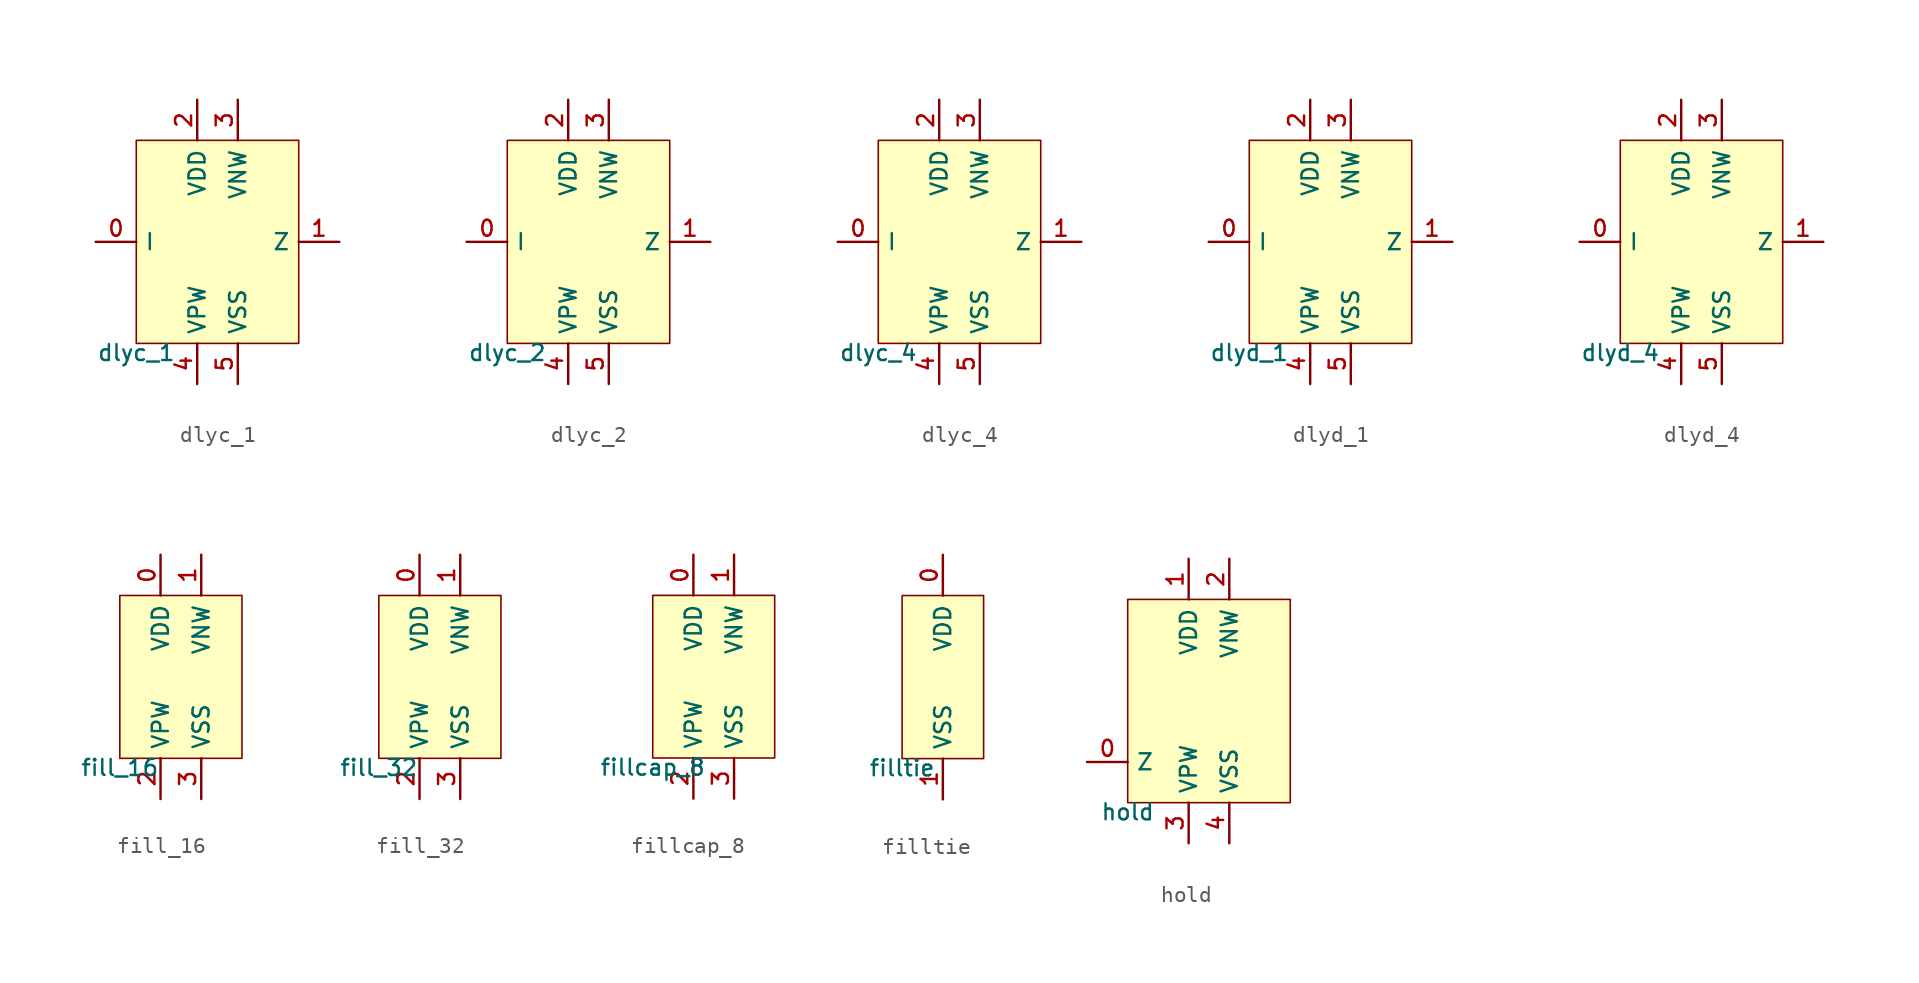
<source format=kicad_sym>
(kicad_symbol_lib
  (version 20211014)
  (generator pdk2kicad)
  (symbol "dlyc_1"
    (property "Reference" "X"
      (at 0 0 0)
      (effects (font (size 1 1)) hide))
    (property "Value" "dlyc_1"
      (at -5.08 -6.35 0)
      (effects (font (size 1 1)) (justify top)))
    (rectangle
      (start -5.08 -6.35)
      (end 5.08 6.35)
      (stroke (width 0.1) (type solid) (color 0 0 0 0))
      (fill (type background)))
    (pin input line
      (at -7.62 -4.440892098500626e-16 0)
      (length 2.54)
      (name "I" (effects (font (size 1 1)) hide))
      (number "0" (effects (font (size 1 1)) hide)))
    (pin output line
      (at 7.62 -4.440892098500626e-16 180)
      (length 2.54)
      (name "Z" (effects (font (size 1 1)) hide))
      (number "1" (effects (font (size 1 1)) hide)))
    (pin power_in line
      (at -1.27 8.89 270)
      (length 2.54)
      (name "VDD" (effects (font (size 1 1)) hide))
      (number "2" (effects (font (size 1 1)) hide)))
    (pin power_in line
      (at 1.27 8.89 270)
      (length 2.54)
      (name "VNW" (effects (font (size 1 1)) hide))
      (number "3" (effects (font (size 1 1)) hide)))
    (pin power_in line
      (at -1.27 -8.89 90)
      (length 2.54)
      (name "VPW" (effects (font (size 1 1)) hide))
      (number "4" (effects (font (size 1 1)) hide)))
    (pin power_in line
      (at 1.27 -8.89 90)
      (length 2.54)
      (name "VSS" (effects (font (size 1 1)) hide))
      (number "5" (effects (font (size 1 1)) hide))))
  (symbol "dlyc_2"
    (property "Reference" "X"
      (at 0 0 0)
      (effects (font (size 1 1)) hide))
    (property "Value" "dlyc_2"
      (at -5.08 -6.35 0)
      (effects (font (size 1 1)) (justify top)))
    (rectangle
      (start -5.08 -6.35)
      (end 5.08 6.35)
      (stroke (width 0.1) (type solid) (color 0 0 0 0))
      (fill (type background)))
    (pin input line
      (at -7.62 -4.440892098500626e-16 0)
      (length 2.54)
      (name "I" (effects (font (size 1 1)) hide))
      (number "0" (effects (font (size 1 1)) hide)))
    (pin output line
      (at 7.62 -4.440892098500626e-16 180)
      (length 2.54)
      (name "Z" (effects (font (size 1 1)) hide))
      (number "1" (effects (font (size 1 1)) hide)))
    (pin power_in line
      (at -1.27 8.89 270)
      (length 2.54)
      (name "VDD" (effects (font (size 1 1)) hide))
      (number "2" (effects (font (size 1 1)) hide)))
    (pin power_in line
      (at 1.27 8.89 270)
      (length 2.54)
      (name "VNW" (effects (font (size 1 1)) hide))
      (number "3" (effects (font (size 1 1)) hide)))
    (pin power_in line
      (at -1.27 -8.89 90)
      (length 2.54)
      (name "VPW" (effects (font (size 1 1)) hide))
      (number "4" (effects (font (size 1 1)) hide)))
    (pin power_in line
      (at 1.27 -8.89 90)
      (length 2.54)
      (name "VSS" (effects (font (size 1 1)) hide))
      (number "5" (effects (font (size 1 1)) hide))))
  (symbol "dlyc_4"
    (property "Reference" "X"
      (at 0 0 0)
      (effects (font (size 1 1)) hide))
    (property "Value" "dlyc_4"
      (at -5.08 -6.35 0)
      (effects (font (size 1 1)) (justify top)))
    (rectangle
      (start -5.08 -6.35)
      (end 5.08 6.35)
      (stroke (width 0.1) (type solid) (color 0 0 0 0))
      (fill (type background)))
    (pin input line
      (at -7.62 -4.440892098500626e-16 0)
      (length 2.54)
      (name "I" (effects (font (size 1 1)) hide))
      (number "0" (effects (font (size 1 1)) hide)))
    (pin output line
      (at 7.62 -4.440892098500626e-16 180)
      (length 2.54)
      (name "Z" (effects (font (size 1 1)) hide))
      (number "1" (effects (font (size 1 1)) hide)))
    (pin power_in line
      (at -1.27 8.89 270)
      (length 2.54)
      (name "VDD" (effects (font (size 1 1)) hide))
      (number "2" (effects (font (size 1 1)) hide)))
    (pin power_in line
      (at 1.27 8.89 270)
      (length 2.54)
      (name "VNW" (effects (font (size 1 1)) hide))
      (number "3" (effects (font (size 1 1)) hide)))
    (pin power_in line
      (at -1.27 -8.89 90)
      (length 2.54)
      (name "VPW" (effects (font (size 1 1)) hide))
      (number "4" (effects (font (size 1 1)) hide)))
    (pin power_in line
      (at 1.27 -8.89 90)
      (length 2.54)
      (name "VSS" (effects (font (size 1 1)) hide))
      (number "5" (effects (font (size 1 1)) hide))))
  (symbol "dlyd_1"
    (property "Reference" "X"
      (at 0 0 0)
      (effects (font (size 1 1)) hide))
    (property "Value" "dlyd_1"
      (at -5.08 -6.35 0)
      (effects (font (size 1 1)) (justify top)))
    (rectangle
      (start -5.08 -6.35)
      (end 5.08 6.35)
      (stroke (width 0.1) (type solid) (color 0 0 0 0))
      (fill (type background)))
    (pin input line
      (at -7.62 -4.440892098500626e-16 0)
      (length 2.54)
      (name "I" (effects (font (size 1 1)) hide))
      (number "0" (effects (font (size 1 1)) hide)))
    (pin output line
      (at 7.62 -4.440892098500626e-16 180)
      (length 2.54)
      (name "Z" (effects (font (size 1 1)) hide))
      (number "1" (effects (font (size 1 1)) hide)))
    (pin power_in line
      (at -1.27 8.89 270)
      (length 2.54)
      (name "VDD" (effects (font (size 1 1)) hide))
      (number "2" (effects (font (size 1 1)) hide)))
    (pin power_in line
      (at 1.27 8.89 270)
      (length 2.54)
      (name "VNW" (effects (font (size 1 1)) hide))
      (number "3" (effects (font (size 1 1)) hide)))
    (pin power_in line
      (at -1.27 -8.89 90)
      (length 2.54)
      (name "VPW" (effects (font (size 1 1)) hide))
      (number "4" (effects (font (size 1 1)) hide)))
    (pin power_in line
      (at 1.27 -8.89 90)
      (length 2.54)
      (name "VSS" (effects (font (size 1 1)) hide))
      (number "5" (effects (font (size 1 1)) hide))))
  (symbol "dlyd_4"
    (property "Reference" "X"
      (at 0 0 0)
      (effects (font (size 1 1)) hide))
    (property "Value" "dlyd_4"
      (at -5.08 -6.35 0)
      (effects (font (size 1 1)) (justify top)))
    (rectangle
      (start -5.08 -6.35)
      (end 5.08 6.35)
      (stroke (width 0.1) (type solid) (color 0 0 0 0))
      (fill (type background)))
    (pin input line
      (at -7.62 -4.440892098500626e-16 0)
      (length 2.54)
      (name "I" (effects (font (size 1 1)) hide))
      (number "0" (effects (font (size 1 1)) hide)))
    (pin output line
      (at 7.62 -4.440892098500626e-16 180)
      (length 2.54)
      (name "Z" (effects (font (size 1 1)) hide))
      (number "1" (effects (font (size 1 1)) hide)))
    (pin power_in line
      (at -1.27 8.89 270)
      (length 2.54)
      (name "VDD" (effects (font (size 1 1)) hide))
      (number "2" (effects (font (size 1 1)) hide)))
    (pin power_in line
      (at 1.27 8.89 270)
      (length 2.54)
      (name "VNW" (effects (font (size 1 1)) hide))
      (number "3" (effects (font (size 1 1)) hide)))
    (pin power_in line
      (at -1.27 -8.89 90)
      (length 2.54)
      (name "VPW" (effects (font (size 1 1)) hide))
      (number "4" (effects (font (size 1 1)) hide)))
    (pin power_in line
      (at 1.27 -8.89 90)
      (length 2.54)
      (name "VSS" (effects (font (size 1 1)) hide))
      (number "5" (effects (font (size 1 1)) hide))))
  (symbol "fill_16"
    (property "Reference" "X"
      (at 0 0 0)
      (effects (font (size 1 1)) hide))
    (property "Value" "fill_16"
      (at -3.81 -5.08 0)
      (effects (font (size 1 1)) (justify top)))
    (rectangle
      (start -3.81 -5.08)
      (end 3.81 5.08)
      (stroke (width 0.1) (type solid) (color 0 0 0 0))
      (fill (type background)))
    (pin power_in line
      (at -1.27 7.62 270)
      (length 2.54)
      (name "VDD" (effects (font (size 1 1)) hide))
      (number "0" (effects (font (size 1 1)) hide)))
    (pin power_in line
      (at 1.27 7.62 270)
      (length 2.54)
      (name "VNW" (effects (font (size 1 1)) hide))
      (number "1" (effects (font (size 1 1)) hide)))
    (pin power_in line
      (at -1.27 -7.62 90)
      (length 2.54)
      (name "VPW" (effects (font (size 1 1)) hide))
      (number "2" (effects (font (size 1 1)) hide)))
    (pin power_in line
      (at 1.27 -7.62 90)
      (length 2.54)
      (name "VSS" (effects (font (size 1 1)) hide))
      (number "3" (effects (font (size 1 1)) hide))))
  (symbol "fill_32"
    (property "Reference" "X"
      (at 0 0 0)
      (effects (font (size 1 1)) hide))
    (property "Value" "fill_32"
      (at -3.81 -5.08 0)
      (effects (font (size 1 1)) (justify top)))
    (rectangle
      (start -3.81 -5.08)
      (end 3.81 5.08)
      (stroke (width 0.1) (type solid) (color 0 0 0 0))
      (fill (type background)))
    (pin power_in line
      (at -1.27 7.62 270)
      (length 2.54)
      (name "VDD" (effects (font (size 1 1)) hide))
      (number "0" (effects (font (size 1 1)) hide)))
    (pin power_in line
      (at 1.27 7.62 270)
      (length 2.54)
      (name "VNW" (effects (font (size 1 1)) hide))
      (number "1" (effects (font (size 1 1)) hide)))
    (pin power_in line
      (at -1.27 -7.62 90)
      (length 2.54)
      (name "VPW" (effects (font (size 1 1)) hide))
      (number "2" (effects (font (size 1 1)) hide)))
    (pin power_in line
      (at 1.27 -7.62 90)
      (length 2.54)
      (name "VSS" (effects (font (size 1 1)) hide))
      (number "3" (effects (font (size 1 1)) hide))))
  (symbol "fillcap_8"
    (property "Reference" "X"
      (at 0 0 0)
      (effects (font (size 1 1)) hide))
    (property "Value" "fillcap_8"
      (at -3.81 -5.08 0)
      (effects (font (size 1 1)) (justify top)))
    (rectangle
      (start -3.81 -5.08)
      (end 3.81 5.08)
      (stroke (width 0.1) (type solid) (color 0 0 0 0))
      (fill (type background)))
    (pin power_in line
      (at -1.27 7.62 270)
      (length 2.54)
      (name "VDD" (effects (font (size 1 1)) hide))
      (number "0" (effects (font (size 1 1)) hide)))
    (pin power_in line
      (at 1.27 7.62 270)
      (length 2.54)
      (name "VNW" (effects (font (size 1 1)) hide))
      (number "1" (effects (font (size 1 1)) hide)))
    (pin power_in line
      (at -1.27 -7.62 90)
      (length 2.54)
      (name "VPW" (effects (font (size 1 1)) hide))
      (number "2" (effects (font (size 1 1)) hide)))
    (pin power_in line
      (at 1.27 -7.62 90)
      (length 2.54)
      (name "VSS" (effects (font (size 1 1)) hide))
      (number "3" (effects (font (size 1 1)) hide))))
  (symbol "filltie"
    (property "Reference" "X"
      (at 0 0 0)
      (effects (font (size 1 1)) hide))
    (property "Value" "filltie"
      (at -2.54 -5.08 0)
      (effects (font (size 1 1)) (justify top)))
    (rectangle
      (start -2.54 -5.08)
      (end 2.54 5.08)
      (stroke (width 0.1) (type solid) (color 0 0 0 0))
      (fill (type background)))
    (pin power_in line
      (at 0.0 7.62 270)
      (length 2.54)
      (name "VDD" (effects (font (size 1 1)) hide))
      (number "0" (effects (font (size 1 1)) hide)))
    (pin power_in line
      (at 0.0 -7.62 90)
      (length 2.54)
      (name "VSS" (effects (font (size 1 1)) hide))
      (number "1" (effects (font (size 1 1)) hide))))
  (symbol "hold"
    (property "Reference" "X"
      (at 0 0 0)
      (effects (font (size 1 1)) hide))
    (property "Value" "hold"
      (at -5.08 -6.35 0)
      (effects (font (size 1 1)) (justify top)))
    (rectangle
      (start -5.08 -6.35)
      (end 5.08 6.35)
      (stroke (width 0.1) (type solid) (color 0 0 0 0))
      (fill (type background)))
    (pin bidirectional line
      (at -7.62 -3.81 0)
      (length 2.54)
      (name "Z" (effects (font (size 1 1)) hide))
      (number "0" (effects (font (size 1 1)) hide)))
    (pin power_in line
      (at -1.27 8.89 270)
      (length 2.54)
      (name "VDD" (effects (font (size 1 1)) hide))
      (number "1" (effects (font (size 1 1)) hide)))
    (pin power_in line
      (at 1.27 8.89 270)
      (length 2.54)
      (name "VNW" (effects (font (size 1 1)) hide))
      (number "2" (effects (font (size 1 1)) hide)))
    (pin power_in line
      (at -1.27 -8.89 90)
      (length 2.54)
      (name "VPW" (effects (font (size 1 1)) hide))
      (number "3" (effects (font (size 1 1)) hide)))
    (pin power_in line
      (at 1.27 -8.89 90)
      (length 2.54)
      (name "VSS" (effects (font (size 1 1)) hide))
      (number "4" (effects (font (size 1 1)) hide)))))
</source>
